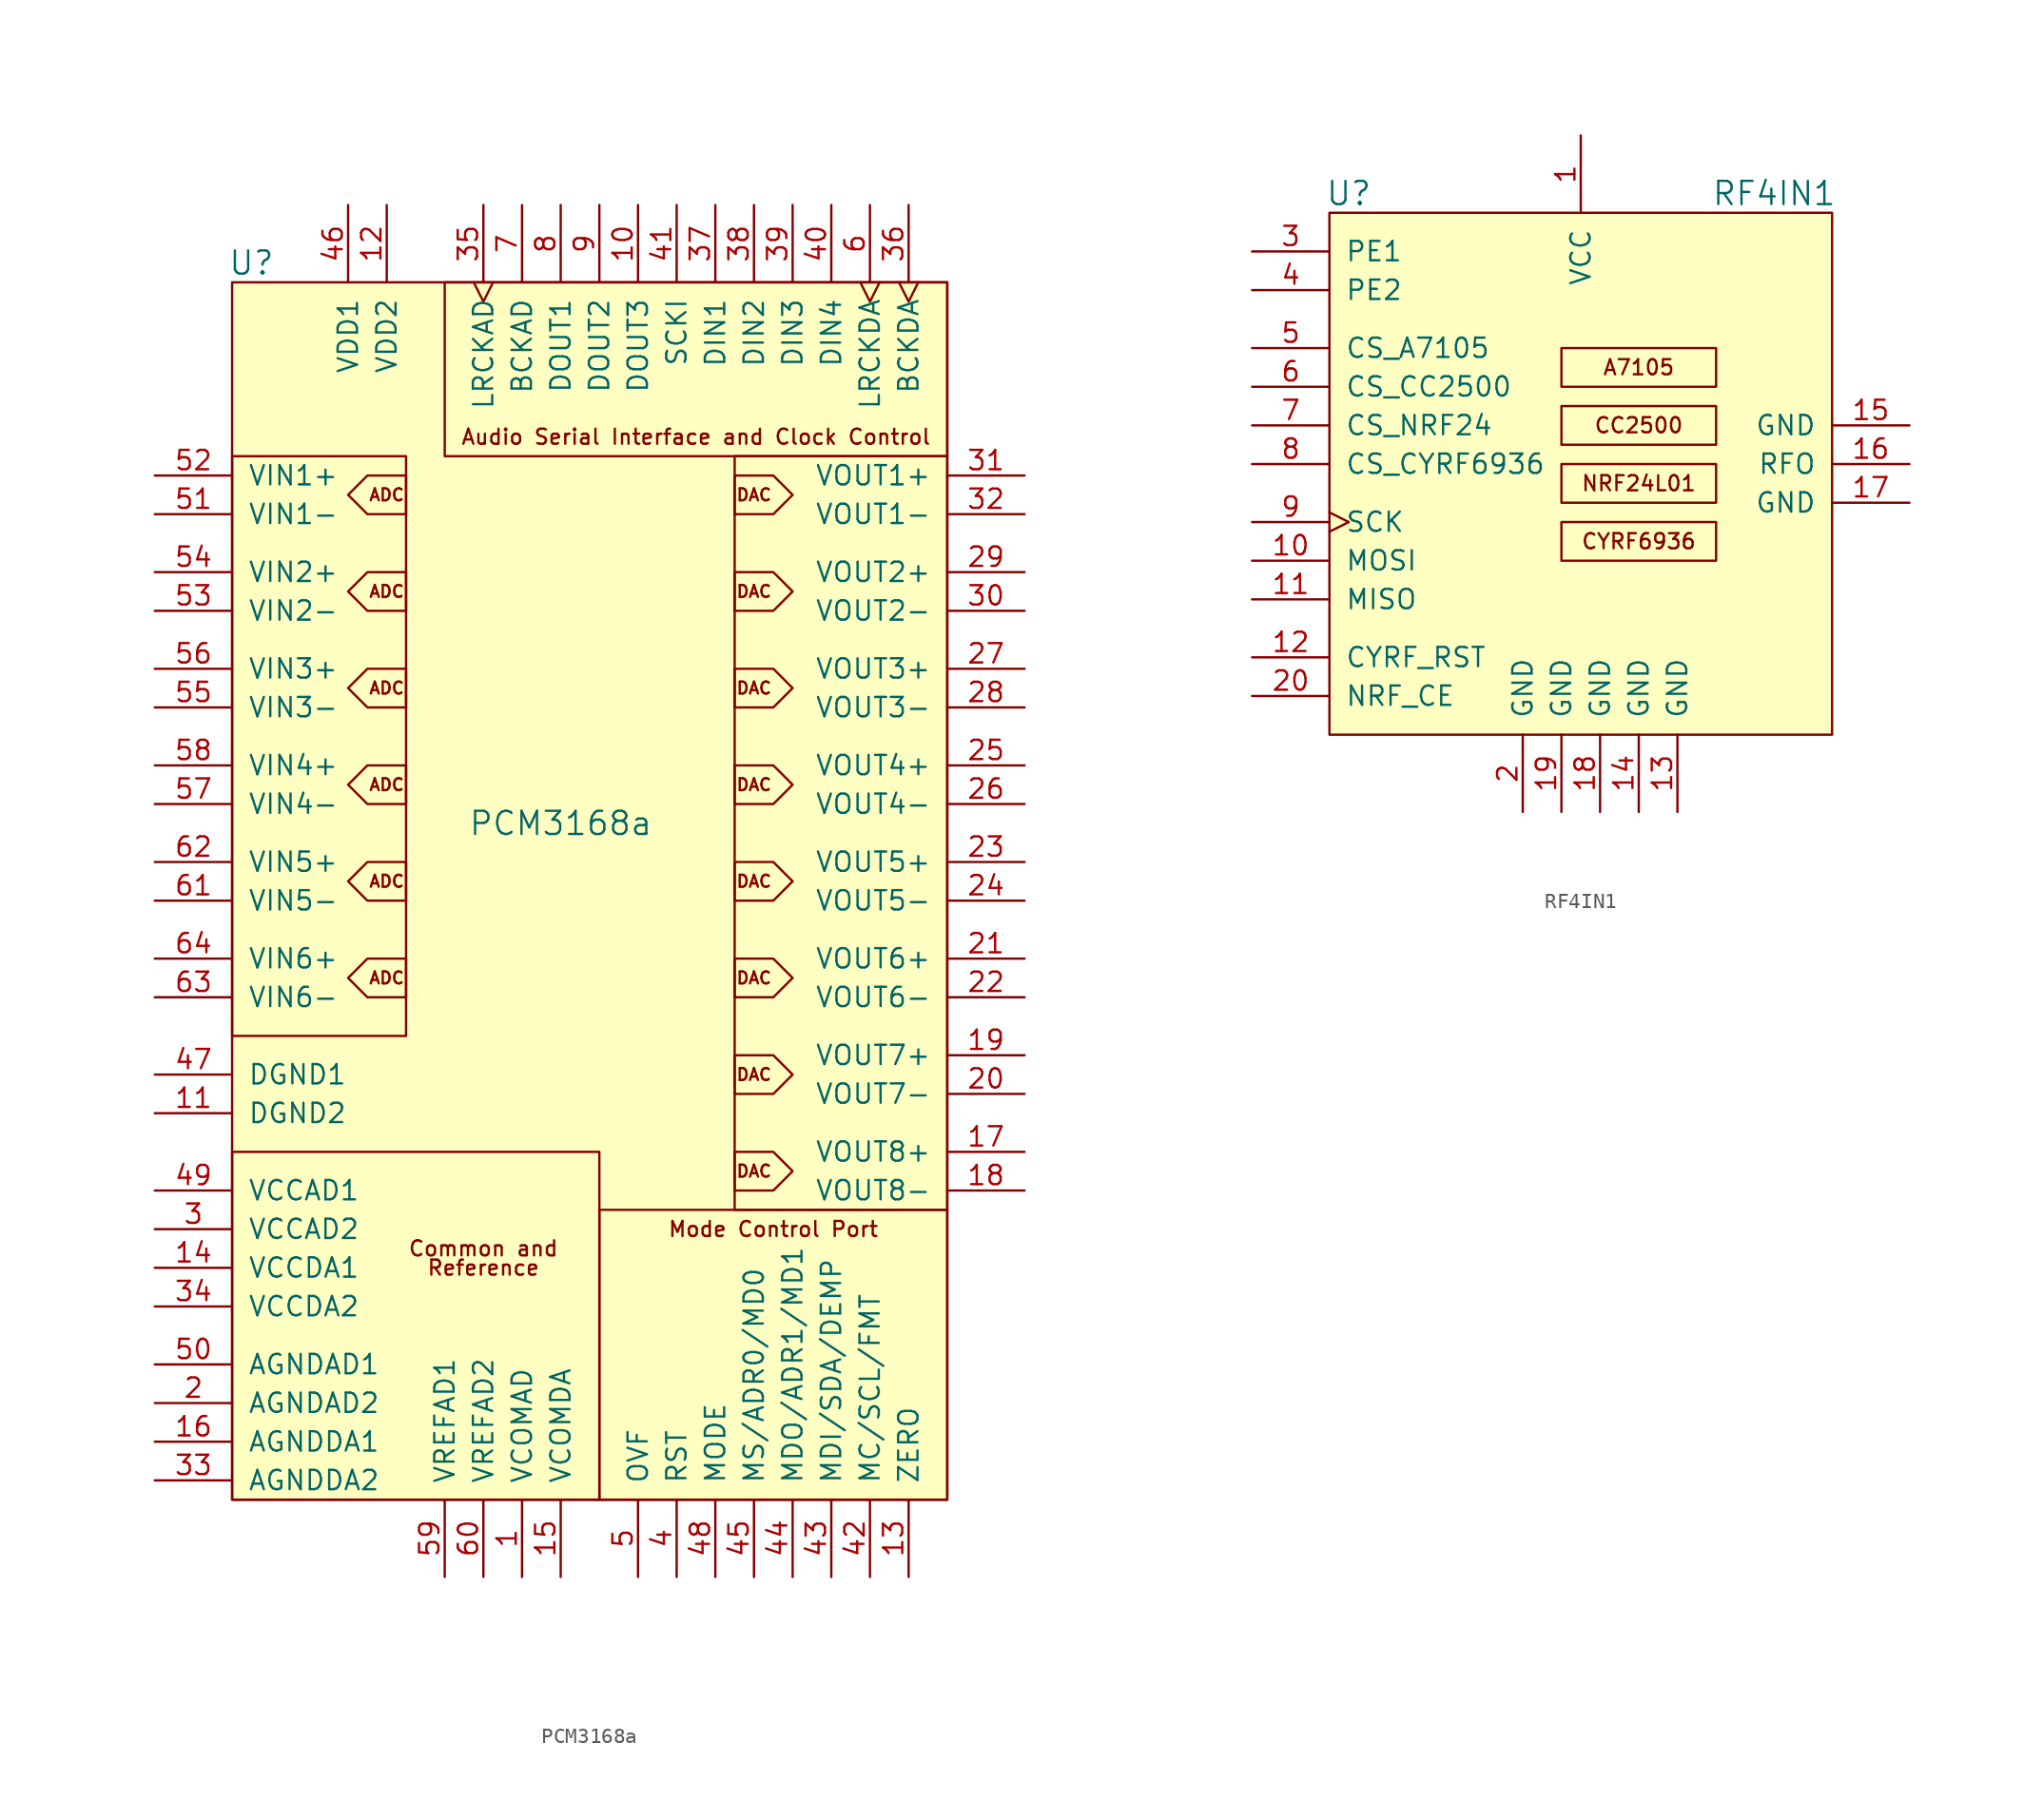
<source format=kicad_sym>
(kicad_symbol_lib
  (version 20211014)
  (generator kicad_symbol_editor)
  (symbol "PCM3168a"
    (pin_names
      (offset 1.016))
    (property "Reference" "U"
      (at -22.86 43.18 0)
      (effects (font (size 1.524 1.524))))
    (property "Value" "PCM3168a"
      (at -2.54 6.35 0)
      (effects (font (size 1.524 1.524))))
    (symbol "PCM3168a_0_0"
      (rectangle (start -24.13 -15.24) (end 0 -38.1) (stroke (width 0) (type default) (color 0 0 0 0)) (fill (type none)))
      (rectangle (start -24.13 30.48) (end -12.7 -7.62) (stroke (width 0) (type default) (color 0 0 0 0)) (fill (type none)))
      (rectangle (start -24.13 41.91) (end 22.86 -38.1) (stroke (width 0) (type default) (color 0 0 0 0)) (fill (type background)))
      (rectangle (start -10.16 41.91) (end 22.86 30.48) (stroke (width 0) (type default) (color 0 0 0 0)) (fill (type none)))
      (rectangle (start 0 -38.1) (end 22.86 -19.05) (stroke (width 0) (type default) (color 0 0 0 0)) (fill (type none)))
      (rectangle (start 8.89 30.48) (end 22.86 -19.05) (stroke (width 0) (type default) (color 0 0 0 0)) (fill (type none)))
      (text "ADC" (at -13.97 -3.81 0) (effects (font (size 0.787 0.787))))
      (text "ADC" (at -13.97 2.54 0) (effects (font (size 0.787 0.787))))
      (text "ADC" (at -13.97 8.89 0) (effects (font (size 0.787 0.787))))
      (text "ADC" (at -13.97 15.24 0) (effects (font (size 0.787 0.787))))
      (text "ADC" (at -13.97 21.59 0) (effects (font (size 0.787 0.787))))
      (text "ADC" (at -13.97 27.94 0) (effects (font (size 0.787 0.787))))
      (text "Audio Serial Interface and Clock Control" (at 6.35 31.75 0) (effects (font (size 0.991 0.991))))
      (text "Common and" (at -7.62 -21.59 0) (effects (font (size 0.991 0.991))))
      (text "DAC" (at 10.16 -16.51 0) (effects (font (size 0.787 0.787))))
      (text "DAC" (at 10.16 -10.16 0) (effects (font (size 0.787 0.787))))
      (text "DAC" (at 10.16 -3.81 0) (effects (font (size 0.787 0.787))))
      (text "DAC" (at 10.16 2.54 0) (effects (font (size 0.787 0.787))))
      (text "DAC" (at 10.16 8.89 0) (effects (font (size 0.787 0.787))))
      (text "DAC" (at 10.16 15.24 0) (effects (font (size 0.787 0.787))))
      (text "DAC" (at 10.16 21.59 0) (effects (font (size 0.787 0.787))))
      (text "DAC" (at 10.16 27.94 0) (effects (font (size 0.787 0.787))))
      (text "Mode Control Port" (at 11.43 -20.32 0) (effects (font (size 0.991 0.991))))
      (text "Reference" (at -7.62 -22.86 0) (effects (font (size 0.991 0.991)))))
    (symbol "PCM3168a_0_1"
      (polyline (pts (xy -16.51 -3.81) (xy -15.24 -2.54) (xy -12.7 -2.54) (xy -12.7 -5.08) (xy -15.24 -5.08) (xy -16.51 -3.81)) (stroke (width 0) (type default) (color 0 0 0 0)) (fill (type none)))
      (polyline (pts (xy -16.51 2.54) (xy -15.24 3.81) (xy -12.7 3.81) (xy -12.7 1.27) (xy -15.24 1.27) (xy -16.51 2.54)) (stroke (width 0) (type default) (color 0 0 0 0)) (fill (type none)))
      (polyline (pts (xy -16.51 8.89) (xy -15.24 10.16) (xy -12.7 10.16) (xy -12.7 7.62) (xy -15.24 7.62) (xy -16.51 8.89)) (stroke (width 0) (type default) (color 0 0 0 0)) (fill (type none)))
      (polyline (pts (xy -16.51 15.24) (xy -15.24 16.51) (xy -12.7 16.51) (xy -12.7 13.97) (xy -15.24 13.97) (xy -16.51 15.24)) (stroke (width 0) (type default) (color 0 0 0 0)) (fill (type none)))
      (polyline (pts (xy -16.51 21.59) (xy -15.24 22.86) (xy -12.7 22.86) (xy -12.7 20.32) (xy -15.24 20.32) (xy -16.51 21.59)) (stroke (width 0) (type default) (color 0 0 0 0)) (fill (type none)))
      (polyline (pts (xy -16.51 27.94) (xy -15.24 29.21) (xy -12.7 29.21) (xy -12.7 26.67) (xy -15.24 26.67) (xy -16.51 27.94)) (stroke (width 0) (type default) (color 0 0 0 0)) (fill (type none)))
      (polyline (pts (xy 12.7 -16.51) (xy 11.43 -15.24) (xy 8.89 -15.24) (xy 8.89 -17.78) (xy 11.43 -17.78) (xy 12.7 -16.51)) (stroke (width 0) (type default) (color 0 0 0 0)) (fill (type none)))
      (polyline (pts (xy 12.7 -10.16) (xy 11.43 -8.89) (xy 8.89 -8.89) (xy 8.89 -11.43) (xy 11.43 -11.43) (xy 12.7 -10.16)) (stroke (width 0) (type default) (color 0 0 0 0)) (fill (type none)))
      (polyline (pts (xy 12.7 -3.81) (xy 11.43 -2.54) (xy 8.89 -2.54) (xy 8.89 -5.08) (xy 11.43 -5.08) (xy 12.7 -3.81)) (stroke (width 0) (type default) (color 0 0 0 0)) (fill (type none)))
      (polyline (pts (xy 12.7 2.54) (xy 11.43 3.81) (xy 8.89 3.81) (xy 8.89 1.27) (xy 11.43 1.27) (xy 12.7 2.54)) (stroke (width 0) (type default) (color 0 0 0 0)) (fill (type none)))
      (polyline (pts (xy 12.7 8.89) (xy 11.43 10.16) (xy 8.89 10.16) (xy 8.89 7.62) (xy 11.43 7.62) (xy 12.7 8.89)) (stroke (width 0) (type default) (color 0 0 0 0)) (fill (type none)))
      (polyline (pts (xy 12.7 15.24) (xy 11.43 16.51) (xy 8.89 16.51) (xy 8.89 13.97) (xy 11.43 13.97) (xy 12.7 15.24)) (stroke (width 0) (type default) (color 0 0 0 0)) (fill (type none)))
      (polyline (pts (xy 12.7 21.59) (xy 11.43 22.86) (xy 8.89 22.86) (xy 8.89 20.32) (xy 11.43 20.32) (xy 12.7 21.59)) (stroke (width 0) (type default) (color 0 0 0 0)) (fill (type none)))
      (polyline (pts (xy 12.7 27.94) (xy 11.43 29.21) (xy 8.89 29.21) (xy 8.89 26.67) (xy 11.43 26.67) (xy 12.7 27.94)) (stroke (width 0) (type default) (color 0 0 0 0)) (fill (type none))))
    (symbol "PCM3168a_1_1"
      (pin input line (at -5.08 -43.18 90) (length 5.08) (name "VCOMAD" (effects (font (size 1.27 1.27)))) (number "1" (effects (font (size 1.27 1.27)))))
      (pin input line (at 2.54 46.99 270) (length 5.08) (name "DOUT3" (effects (font (size 1.27 1.27)))) (number "10" (effects (font (size 1.27 1.27)))))
      (pin input line (at -29.21 -12.7 0) (length 5.08) (name "DGND2" (effects (font (size 1.27 1.27)))) (number "11" (effects (font (size 1.27 1.27)))))
      (pin input line (at -13.97 46.99 270) (length 5.08) (name "VDD2" (effects (font (size 1.27 1.27)))) (number "12" (effects (font (size 1.27 1.27)))))
      (pin input line (at 20.32 -43.18 90) (length 5.08) (name "ZERO" (effects (font (size 1.27 1.27)))) (number "13" (effects (font (size 1.27 1.27)))))
      (pin input line (at -29.21 -22.86 0) (length 5.08) (name "VCCDA1" (effects (font (size 1.27 1.27)))) (number "14" (effects (font (size 1.27 1.27)))))
      (pin input line (at -2.54 -43.18 90) (length 5.08) (name "VCOMDA" (effects (font (size 1.27 1.27)))) (number "15" (effects (font (size 1.27 1.27)))))
      (pin input line (at -29.21 -34.29 0) (length 5.08) (name "AGNDDA1" (effects (font (size 1.27 1.27)))) (number "16" (effects (font (size 1.27 1.27)))))
      (pin input line (at 27.94 -15.24 180) (length 5.08) (name "VOUT8+" (effects (font (size 1.27 1.27)))) (number "17" (effects (font (size 1.27 1.27)))))
      (pin input line (at 27.94 -17.78 180) (length 5.08) (name "VOUT8-" (effects (font (size 1.27 1.27)))) (number "18" (effects (font (size 1.27 1.27)))))
      (pin input line (at 27.94 -8.89 180) (length 5.08) (name "VOUT7+" (effects (font (size 1.27 1.27)))) (number "19" (effects (font (size 1.27 1.27)))))
      (pin input line (at -29.21 -31.75 0) (length 5.08) (name "AGNDAD2" (effects (font (size 1.27 1.27)))) (number "2" (effects (font (size 1.27 1.27)))))
      (pin input line (at 27.94 -11.43 180) (length 5.08) (name "VOUT7-" (effects (font (size 1.27 1.27)))) (number "20" (effects (font (size 1.27 1.27)))))
      (pin input line (at 27.94 -2.54 180) (length 5.08) (name "VOUT6+" (effects (font (size 1.27 1.27)))) (number "21" (effects (font (size 1.27 1.27)))))
      (pin input line (at 27.94 -5.08 180) (length 5.08) (name "VOUT6-" (effects (font (size 1.27 1.27)))) (number "22" (effects (font (size 1.27 1.27)))))
      (pin input line (at 27.94 3.81 180) (length 5.08) (name "VOUT5+" (effects (font (size 1.27 1.27)))) (number "23" (effects (font (size 1.27 1.27)))))
      (pin input line (at 27.94 1.27 180) (length 5.08) (name "VOUT5-" (effects (font (size 1.27 1.27)))) (number "24" (effects (font (size 1.27 1.27)))))
      (pin input line (at 27.94 10.16 180) (length 5.08) (name "VOUT4+" (effects (font (size 1.27 1.27)))) (number "25" (effects (font (size 1.27 1.27)))))
      (pin input line (at 27.94 7.62 180) (length 5.08) (name "VOUT4-" (effects (font (size 1.27 1.27)))) (number "26" (effects (font (size 1.27 1.27)))))
      (pin input line (at 27.94 16.51 180) (length 5.08) (name "VOUT3+" (effects (font (size 1.27 1.27)))) (number "27" (effects (font (size 1.27 1.27)))))
      (pin input line (at 27.94 13.97 180) (length 5.08) (name "VOUT3-" (effects (font (size 1.27 1.27)))) (number "28" (effects (font (size 1.27 1.27)))))
      (pin input line (at 27.94 22.86 180) (length 5.08) (name "VOUT2+" (effects (font (size 1.27 1.27)))) (number "29" (effects (font (size 1.27 1.27)))))
      (pin input line (at -29.21 -20.32 0) (length 5.08) (name "VCCAD2" (effects (font (size 1.27 1.27)))) (number "3" (effects (font (size 1.27 1.27)))))
      (pin input line (at 27.94 20.32 180) (length 5.08) (name "VOUT2-" (effects (font (size 1.27 1.27)))) (number "30" (effects (font (size 1.27 1.27)))))
      (pin input line (at 27.94 29.21 180) (length 5.08) (name "VOUT1+" (effects (font (size 1.27 1.27)))) (number "31" (effects (font (size 1.27 1.27)))))
      (pin input line (at 27.94 26.67 180) (length 5.08) (name "VOUT1-" (effects (font (size 1.27 1.27)))) (number "32" (effects (font (size 1.27 1.27)))))
      (pin input line (at -29.21 -36.83 0) (length 5.08) (name "AGNDDA2" (effects (font (size 1.27 1.27)))) (number "33" (effects (font (size 1.27 1.27)))))
      (pin input line (at -29.21 -25.4 0) (length 5.08) (name "VCCDA2" (effects (font (size 1.27 1.27)))) (number "34" (effects (font (size 1.27 1.27)))))
      (pin input clock (at -7.62 46.99 270) (length 5.08) (name "LRCKAD" (effects (font (size 1.27 1.27)))) (number "35" (effects (font (size 1.27 1.27)))))
      (pin input clock (at 20.32 46.99 270) (length 5.08) (name "BCKDA" (effects (font (size 1.27 1.27)))) (number "36" (effects (font (size 1.27 1.27)))))
      (pin input line (at 7.62 46.99 270) (length 5.08) (name "DIN1" (effects (font (size 1.27 1.27)))) (number "37" (effects (font (size 1.27 1.27)))))
      (pin input line (at 10.16 46.99 270) (length 5.08) (name "DIN2" (effects (font (size 1.27 1.27)))) (number "38" (effects (font (size 1.27 1.27)))))
      (pin input line (at 12.7 46.99 270) (length 5.08) (name "DIN3" (effects (font (size 1.27 1.27)))) (number "39" (effects (font (size 1.27 1.27)))))
      (pin input line (at 5.08 -43.18 90) (length 5.08) (name "RST" (effects (font (size 1.27 1.27)))) (number "4" (effects (font (size 1.27 1.27)))))
      (pin input line (at 15.24 46.99 270) (length 5.08) (name "DIN4" (effects (font (size 1.27 1.27)))) (number "40" (effects (font (size 1.27 1.27)))))
      (pin input line (at 5.08 46.99 270) (length 5.08) (name "SCKI" (effects (font (size 1.27 1.27)))) (number "41" (effects (font (size 1.27 1.27)))))
      (pin input line (at 17.78 -43.18 90) (length 5.08) (name "MC/SCL/FMT" (effects (font (size 1.27 1.27)))) (number "42" (effects (font (size 1.27 1.27)))))
      (pin input line (at 15.24 -43.18 90) (length 5.08) (name "MDI/SDA/DEMP" (effects (font (size 1.27 1.27)))) (number "43" (effects (font (size 1.27 1.27)))))
      (pin input line (at 12.7 -43.18 90) (length 5.08) (name "MDO/ADR1/MD1" (effects (font (size 1.27 1.27)))) (number "44" (effects (font (size 1.27 1.27)))))
      (pin input line (at 10.16 -43.18 90) (length 5.08) (name "MS/ADR0/MD0" (effects (font (size 1.27 1.27)))) (number "45" (effects (font (size 1.27 1.27)))))
      (pin input line (at -16.51 46.99 270) (length 5.08) (name "VDD1" (effects (font (size 1.27 1.27)))) (number "46" (effects (font (size 1.27 1.27)))))
      (pin input line (at -29.21 -10.16 0) (length 5.08) (name "DGND1" (effects (font (size 1.27 1.27)))) (number "47" (effects (font (size 1.27 1.27)))))
      (pin input line (at 7.62 -43.18 90) (length 5.08) (name "MODE" (effects (font (size 1.27 1.27)))) (number "48" (effects (font (size 1.27 1.27)))))
      (pin input line (at -29.21 -17.78 0) (length 5.08) (name "VCCAD1" (effects (font (size 1.27 1.27)))) (number "49" (effects (font (size 1.27 1.27)))))
      (pin output line (at 2.54 -43.18 90) (length 5.08) (name "OVF" (effects (font (size 1.27 1.27)))) (number "5" (effects (font (size 1.27 1.27)))))
      (pin input line (at -29.21 -29.21 0) (length 5.08) (name "AGNDAD1" (effects (font (size 1.27 1.27)))) (number "50" (effects (font (size 1.27 1.27)))))
      (pin input line (at -29.21 26.67 0) (length 5.08) (name "VIN1-" (effects (font (size 1.27 1.27)))) (number "51" (effects (font (size 1.27 1.27)))))
      (pin input line (at -29.21 29.21 0) (length 5.08) (name "VIN1+" (effects (font (size 1.27 1.27)))) (number "52" (effects (font (size 1.27 1.27)))))
      (pin input line (at -29.21 20.32 0) (length 5.08) (name "VIN2-" (effects (font (size 1.27 1.27)))) (number "53" (effects (font (size 1.27 1.27)))))
      (pin input line (at -29.21 22.86 0) (length 5.08) (name "VIN2+" (effects (font (size 1.27 1.27)))) (number "54" (effects (font (size 1.27 1.27)))))
      (pin input line (at -29.21 13.97 0) (length 5.08) (name "VIN3-" (effects (font (size 1.27 1.27)))) (number "55" (effects (font (size 1.27 1.27)))))
      (pin input line (at -29.21 16.51 0) (length 5.08) (name "VIN3+" (effects (font (size 1.27 1.27)))) (number "56" (effects (font (size 1.27 1.27)))))
      (pin input line (at -29.21 7.62 0) (length 5.08) (name "VIN4-" (effects (font (size 1.27 1.27)))) (number "57" (effects (font (size 1.27 1.27)))))
      (pin input line (at -29.21 10.16 0) (length 5.08) (name "VIN4+" (effects (font (size 1.27 1.27)))) (number "58" (effects (font (size 1.27 1.27)))))
      (pin input line (at -10.16 -43.18 90) (length 5.08) (name "VREFAD1" (effects (font (size 1.27 1.27)))) (number "59" (effects (font (size 1.27 1.27)))))
      (pin input clock (at 17.78 46.99 270) (length 5.08) (name "LRCKDA" (effects (font (size 1.27 1.27)))) (number "6" (effects (font (size 1.27 1.27)))))
      (pin input line (at -7.62 -43.18 90) (length 5.08) (name "VREFAD2" (effects (font (size 1.27 1.27)))) (number "60" (effects (font (size 1.27 1.27)))))
      (pin input line (at -29.21 1.27 0) (length 5.08) (name "VIN5-" (effects (font (size 1.27 1.27)))) (number "61" (effects (font (size 1.27 1.27)))))
      (pin input line (at -29.21 3.81 0) (length 5.08) (name "VIN5+" (effects (font (size 1.27 1.27)))) (number "62" (effects (font (size 1.27 1.27)))))
      (pin input line (at -29.21 -5.08 0) (length 5.08) (name "VIN6-" (effects (font (size 1.27 1.27)))) (number "63" (effects (font (size 1.27 1.27)))))
      (pin input line (at -29.21 -2.54 0) (length 5.08) (name "VIN6+" (effects (font (size 1.27 1.27)))) (number "64" (effects (font (size 1.27 1.27)))))
      (pin input line (at -5.08 46.99 270) (length 5.08) (name "BCKAD" (effects (font (size 1.27 1.27)))) (number "7" (effects (font (size 1.27 1.27)))))
      (pin input line (at -2.54 46.99 270) (length 5.08) (name "DOUT1" (effects (font (size 1.27 1.27)))) (number "8" (effects (font (size 1.27 1.27)))))
      (pin input line (at 0 46.99 270) (length 5.08) (name "DOUT2" (effects (font (size 1.27 1.27)))) (number "9" (effects (font (size 1.27 1.27)))))))
  (symbol "RF4IN1"
    (pin_names
      (offset 1.016))
    (property "Reference" "U"
      (at -15.24 17.78 0)
      (effects (font (size 1.524 1.524))))
    (property "Value" "RF4IN1"
      (at 12.7 17.78 0)
      (effects (font (size 1.524 1.524))))
    (symbol "RF4IN1_0_0"
      (rectangle (start -1.27 -3.81) (end 8.89 -6.35) (stroke (width 0) (type default) (color 0 0 0 0)) (fill (type none)))
      (text "A7105" (at 3.81 6.35 0) (effects (font (size 0.991 0.991))))
      (text "CC2500" (at 3.81 2.54 0) (effects (font (size 0.991 0.991))))
      (text "CYRF6936" (at 3.81 -5.08 0) (effects (font (size 0.991 0.991))))
      (text "NRF24L01" (at 3.81 -1.27 0) (effects (font (size 0.991 0.991)))))
    (symbol "RF4IN1_0_1"
      (rectangle (start -1.27 3.81) (end 8.89 1.27) (stroke (width 0) (type default) (color 0 0 0 0)) (fill (type none)))
      (rectangle (start -1.27 5.08) (end 8.89 7.62) (stroke (width 0) (type default) (color 0 0 0 0)) (fill (type none)))
      (rectangle (start 8.89 0) (end -1.27 -2.54) (stroke (width 0) (type default) (color 0 0 0 0)) (fill (type none)))
      (rectangle (start 16.51 -17.78) (end -16.51 16.51) (stroke (width 0) (type default) (color 0 0 0 0)) (fill (type background))))
    (symbol "RF4IN1_1_1"
      (pin power_in line (at 0 21.59 270) (length 5.08) (name "VCC" (effects (font (size 1.27 1.27)))) (number "1" (effects (font (size 1.27 1.27)))))
      (pin input line (at -21.59 -6.35 0) (length 5.08) (name "MOSI" (effects (font (size 1.27 1.27)))) (number "10" (effects (font (size 1.27 1.27)))))
      (pin tri_state line (at -21.59 -8.89 0) (length 5.08) (name "MISO" (effects (font (size 1.27 1.27)))) (number "11" (effects (font (size 1.27 1.27)))))
      (pin input line (at -21.59 -12.7 0) (length 5.08) (name "CYRF_RST" (effects (font (size 1.27 1.27)))) (number "12" (effects (font (size 1.27 1.27)))))
      (pin power_in line (at 6.35 -22.86 90) (length 5.08) (name "GND" (effects (font (size 1.27 1.27)))) (number "13" (effects (font (size 1.27 1.27)))))
      (pin power_in line (at 3.81 -22.86 90) (length 5.08) (name "GND" (effects (font (size 1.27 1.27)))) (number "14" (effects (font (size 1.27 1.27)))))
      (pin power_in line (at 21.59 2.54 180) (length 5.08) (name "GND" (effects (font (size 1.27 1.27)))) (number "15" (effects (font (size 1.27 1.27)))))
      (pin output line (at 21.59 0 180) (length 5.08) (name "RFO" (effects (font (size 1.27 1.27)))) (number "16" (effects (font (size 1.27 1.27)))))
      (pin power_in line (at 21.59 -2.54 180) (length 5.08) (name "GND" (effects (font (size 1.27 1.27)))) (number "17" (effects (font (size 1.27 1.27)))))
      (pin power_in line (at 1.27 -22.86 90) (length 5.08) (name "GND" (effects (font (size 1.27 1.27)))) (number "18" (effects (font (size 1.27 1.27)))))
      (pin power_in line (at -1.27 -22.86 90) (length 5.08) (name "GND" (effects (font (size 1.27 1.27)))) (number "19" (effects (font (size 1.27 1.27)))))
      (pin power_in line (at -3.81 -22.86 90) (length 5.08) (name "GND" (effects (font (size 1.27 1.27)))) (number "2" (effects (font (size 1.27 1.27)))))
      (pin input line (at -21.59 -15.24 0) (length 5.08) (name "NRF_CE" (effects (font (size 1.27 1.27)))) (number "20" (effects (font (size 1.27 1.27)))))
      (pin input line (at -21.59 13.97 0) (length 5.08) (name "PE1" (effects (font (size 1.27 1.27)))) (number "3" (effects (font (size 1.27 1.27)))))
      (pin input line (at -21.59 11.43 0) (length 5.08) (name "PE2" (effects (font (size 1.27 1.27)))) (number "4" (effects (font (size 1.27 1.27)))))
      (pin input line (at -21.59 7.62 0) (length 5.08) (name "CS_A7105" (effects (font (size 1.27 1.27)))) (number "5" (effects (font (size 1.27 1.27)))))
      (pin input line (at -21.59 5.08 0) (length 5.08) (name "CS_CC2500" (effects (font (size 1.27 1.27)))) (number "6" (effects (font (size 1.27 1.27)))))
      (pin input line (at -21.59 2.54 0) (length 5.08) (name "CS_NRF24" (effects (font (size 1.27 1.27)))) (number "7" (effects (font (size 1.27 1.27)))))
      (pin input line (at -21.59 0 0) (length 5.08) (name "CS_CYRF6936" (effects (font (size 1.27 1.27)))) (number "8" (effects (font (size 1.27 1.27)))))
      (pin input clock (at -21.59 -3.81 0) (length 5.08) (name "SCK" (effects (font (size 1.27 1.27)))) (number "9" (effects (font (size 1.27 1.27))))))))
</source>
